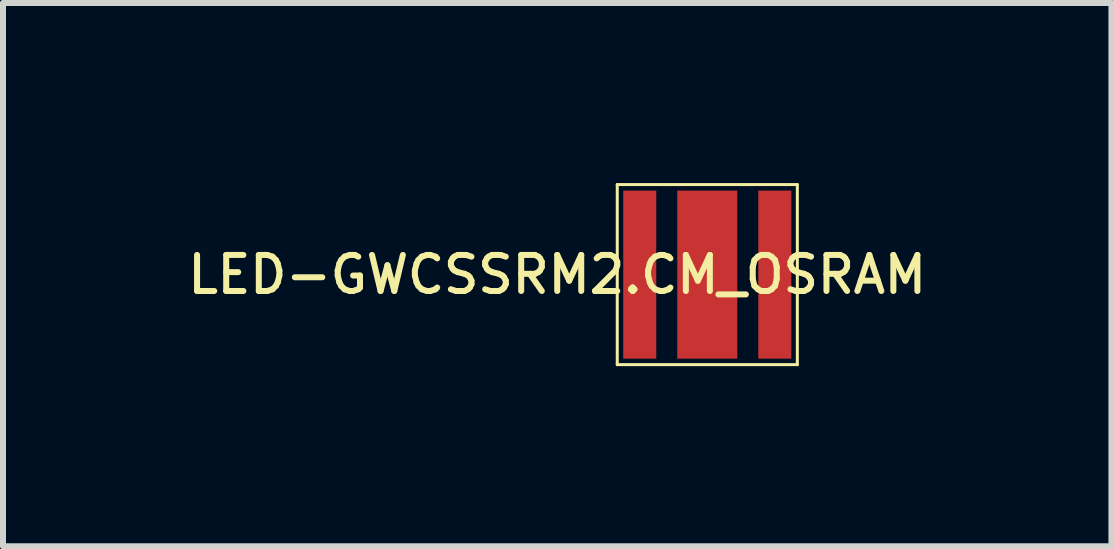
<source format=kicad_pcb>
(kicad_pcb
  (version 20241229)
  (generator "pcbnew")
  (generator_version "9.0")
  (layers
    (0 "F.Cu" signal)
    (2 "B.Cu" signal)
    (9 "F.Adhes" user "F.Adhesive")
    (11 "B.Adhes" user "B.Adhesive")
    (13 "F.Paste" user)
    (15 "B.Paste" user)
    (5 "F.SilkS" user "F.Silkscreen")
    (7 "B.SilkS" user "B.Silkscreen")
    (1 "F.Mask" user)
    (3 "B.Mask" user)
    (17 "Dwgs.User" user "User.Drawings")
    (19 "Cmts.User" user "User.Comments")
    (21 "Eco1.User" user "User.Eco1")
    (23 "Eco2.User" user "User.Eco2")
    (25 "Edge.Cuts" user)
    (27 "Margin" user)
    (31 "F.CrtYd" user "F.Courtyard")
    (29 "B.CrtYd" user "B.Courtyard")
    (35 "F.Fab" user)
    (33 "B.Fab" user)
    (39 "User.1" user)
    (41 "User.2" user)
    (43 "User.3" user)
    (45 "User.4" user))
  (footprint "LED-GWCSSRM2.CM_OSRAM"
    (layer "F.Cu")
    (at 8.733 1.525)
    (property "Reference" "LED-GWCSSRM2.CM_OSRAM" (at -2.5 0 0) (layer "F.SilkS") (effects (font (size 0.6 0.6) (thickness 0.1))))
    (attr through_hole)
    (fp_line (start -1.5 -1.5) (end -1.5 1.5) (stroke (width 0.05) (type solid)) (layer "F.SilkS"))
    (fp_line (start -1.5 -1.5) (end 1.5 -1.5) (stroke (width 0.05) (type solid)) (layer "F.SilkS"))
    (fp_line (start -1.5 1.5) (end 1.5 1.5) (stroke (width 0.05) (type solid)) (layer "F.SilkS"))
    (fp_line (start 1.5 -1.5) (end 1.5 1.5) (stroke (width 0.05) (type solid)) (layer "F.SilkS"))
    (pad "" smd rect (at -1.1 0) (size 0.4 2.6) (layers "F.Paste"))
    (pad "" smd rect (at 0 -0.725) (size 0.9 1.15) (layers "F.Paste"))
    (pad "" smd rect (at 0 0.725) (size 0.9 1.15) (layers "F.Paste"))
    (pad "" smd rect (at 1.1 0) (size 0.4 2.6) (layers "F.Paste"))
    (pad "1" smd rect (at -1.125 0) (size 0.55 2.8) (layers "F.Cu" "F.Mask"))
    (pad "2" smd rect (at 1.125 0) (size 0.55 2.8) (layers "F.Cu" "F.Mask"))
    (pad "3" smd rect (at 0 0) (size 1 2.8) (layers "F.Cu" "F.Mask")))
  (gr_rect
    (start -3 -3)
    (end 15.466 6.05)
    (stroke (width 0.1) (type default))
    (fill no)
    (layer "Edge.Cuts")))
</source>
